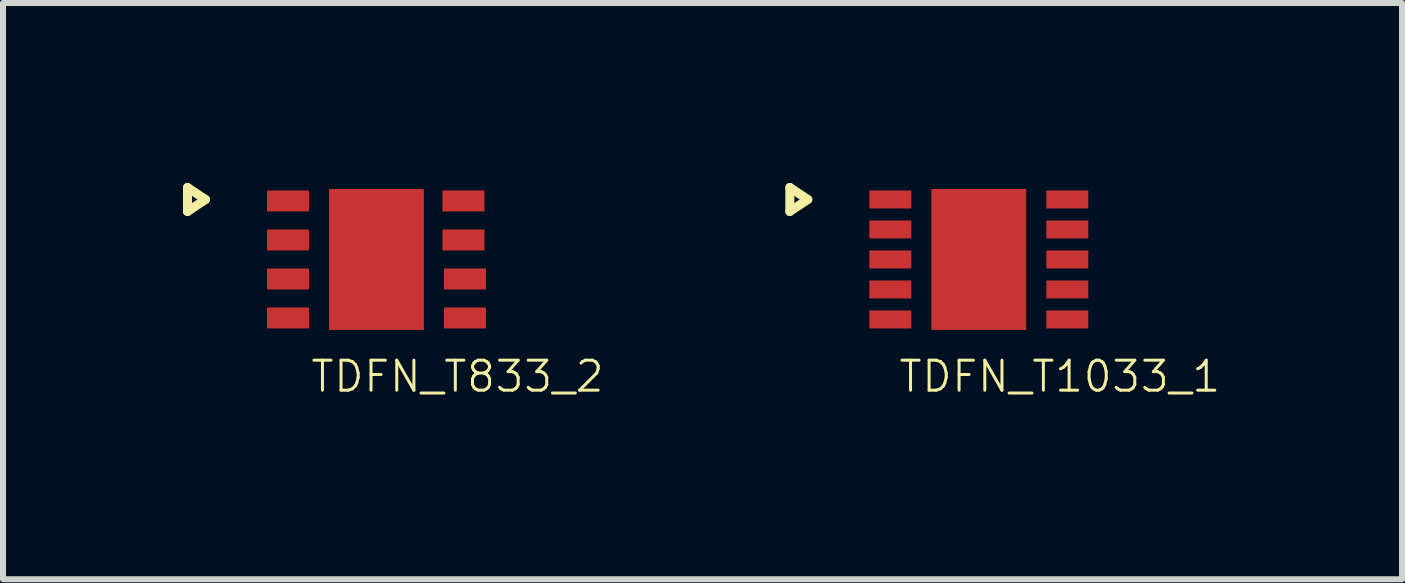
<source format=kicad_pcb>
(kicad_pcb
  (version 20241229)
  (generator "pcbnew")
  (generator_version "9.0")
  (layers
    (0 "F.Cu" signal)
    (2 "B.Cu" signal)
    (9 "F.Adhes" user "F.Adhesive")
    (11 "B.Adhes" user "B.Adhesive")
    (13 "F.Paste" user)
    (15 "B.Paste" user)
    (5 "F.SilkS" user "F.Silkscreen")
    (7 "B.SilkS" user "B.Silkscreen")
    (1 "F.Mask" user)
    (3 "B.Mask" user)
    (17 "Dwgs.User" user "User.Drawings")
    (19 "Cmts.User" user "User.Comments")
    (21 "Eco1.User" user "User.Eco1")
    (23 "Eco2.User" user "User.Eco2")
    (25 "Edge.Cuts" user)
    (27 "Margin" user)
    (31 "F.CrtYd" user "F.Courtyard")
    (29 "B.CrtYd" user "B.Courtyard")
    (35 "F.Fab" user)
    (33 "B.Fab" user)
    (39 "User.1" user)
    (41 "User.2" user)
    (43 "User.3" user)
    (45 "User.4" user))
  (footprint "TDFN_T1033_1"
    (layer "F.Cu")
    (at 13.265 1.275)
    (property "Reference" "TDFN_T1033_1" (at 1.35 1.95 0) (layer "F.SilkS") (effects (font (size 0.5 0.5) (thickness 0.05))))
    (attr through_hole)
    (fp_line (start -3.15 -0.8) (end -3.15 -1.2) (stroke (width 0.15) (type solid)) (layer "F.SilkS"))
    (fp_line (start -2.85 -1) (end -3.15 -1.2) (stroke (width 0.15) (type solid)) (layer "F.SilkS"))
    (fp_line (start -2.85 -1) (end -3.15 -0.8) (stroke (width 0.15) (type solid)) (layer "F.SilkS"))
    (pad "0" smd rect (at 0 0) (size 1.58 2.35) (layers "F.Cu" "F.Mask" "F.Paste"))
    (pad "1" smd rect (at -1.475 -1) (size 0.7 0.3) (layers "F.Cu" "F.Mask" "F.Paste"))
    (pad "2" smd rect (at -1.475 -0.5) (size 0.7 0.3) (layers "F.Cu" "F.Mask" "F.Paste"))
    (pad "3" smd rect (at -1.475 0) (size 0.7 0.3) (layers "F.Cu" "F.Mask" "F.Paste"))
    (pad "4" smd rect (at -1.475 0.5) (size 0.7 0.3) (layers "F.Cu" "F.Mask" "F.Paste"))
    (pad "5" smd rect (at -1.475 1) (size 0.7 0.3) (layers "F.Cu" "F.Mask" "F.Paste"))
    (pad "6" smd rect (at 1.475 1) (size 0.7 0.3) (layers "F.Cu" "F.Mask" "F.Paste"))
    (pad "7" smd rect (at 1.475 0.5) (size 0.7 0.3) (layers "F.Cu" "F.Mask" "F.Paste"))
    (pad "8" smd rect (at 1.475 0) (size 0.7 0.3) (layers "F.Cu" "F.Mask" "F.Paste"))
    (pad "9" smd rect (at 1.475 -0.5) (size 0.7 0.3) (layers "F.Cu" "F.Mask" "F.Paste"))
    (pad "10" smd rect (at 1.475 -1) (size 0.7 0.3) (layers "F.Cu" "F.Mask" "F.Paste")))
  (footprint "TDFN_T833_2"
    (layer "F.Cu")
    (at 3.225 1.275)
    (property "Reference" "TDFN_T833_2" (at 1.35 1.95 0) (layer "F.SilkS") (effects (font (size 0.5 0.5) (thickness 0.05))))
    (attr through_hole)
    (fp_line (start -3.15 -0.8) (end -3.15 -1.2) (stroke (width 0.15) (type solid)) (layer "F.SilkS"))
    (fp_line (start -2.85 -1) (end -3.15 -1.2) (stroke (width 0.15) (type solid)) (layer "F.SilkS"))
    (fp_line (start -2.85 -1) (end -3.15 -0.8) (stroke (width 0.15) (type solid)) (layer "F.SilkS"))
    (pad "0" smd rect (at 0 0) (size 1.58 2.35) (layers "F.Cu" "F.Mask" "F.Paste"))
    (pad "1" smd rect (at -1.475 -0.975) (size 0.7 0.35) (layers "F.Cu" "F.Mask" "F.Paste"))
    (pad "2" smd rect (at -1.475 -0.325) (size 0.7 0.35) (layers "F.Cu" "F.Mask" "F.Paste"))
    (pad "3" smd rect (at -1.475 0.325) (size 0.7 0.35) (layers "F.Cu" "F.Mask" "F.Paste"))
    (pad "4" smd rect (at -1.475 0.975) (size 0.7 0.35) (layers "F.Cu" "F.Mask" "F.Paste"))
    (pad "5" smd rect (at 1.475 0.975) (size 0.7 0.35) (layers "F.Cu" "F.Mask" "F.Paste"))
    (pad "6" smd rect (at 1.475 0.325) (size 0.7 0.35) (layers "F.Cu" "F.Mask" "F.Paste"))
    (pad "7" smd rect (at 1.45 -0.325) (size 0.7 0.35) (layers "F.Cu" "F.Mask" "F.Paste"))
    (pad "8" smd rect (at 1.45 -0.975) (size 0.7 0.35) (layers "F.Cu" "F.Mask" "F.Paste")))
  (gr_rect
    (start -3 -3)
    (end 20.319 6.605)
    (stroke (width 0.1) (type default))
    (fill no)
    (layer "Edge.Cuts")))
</source>
